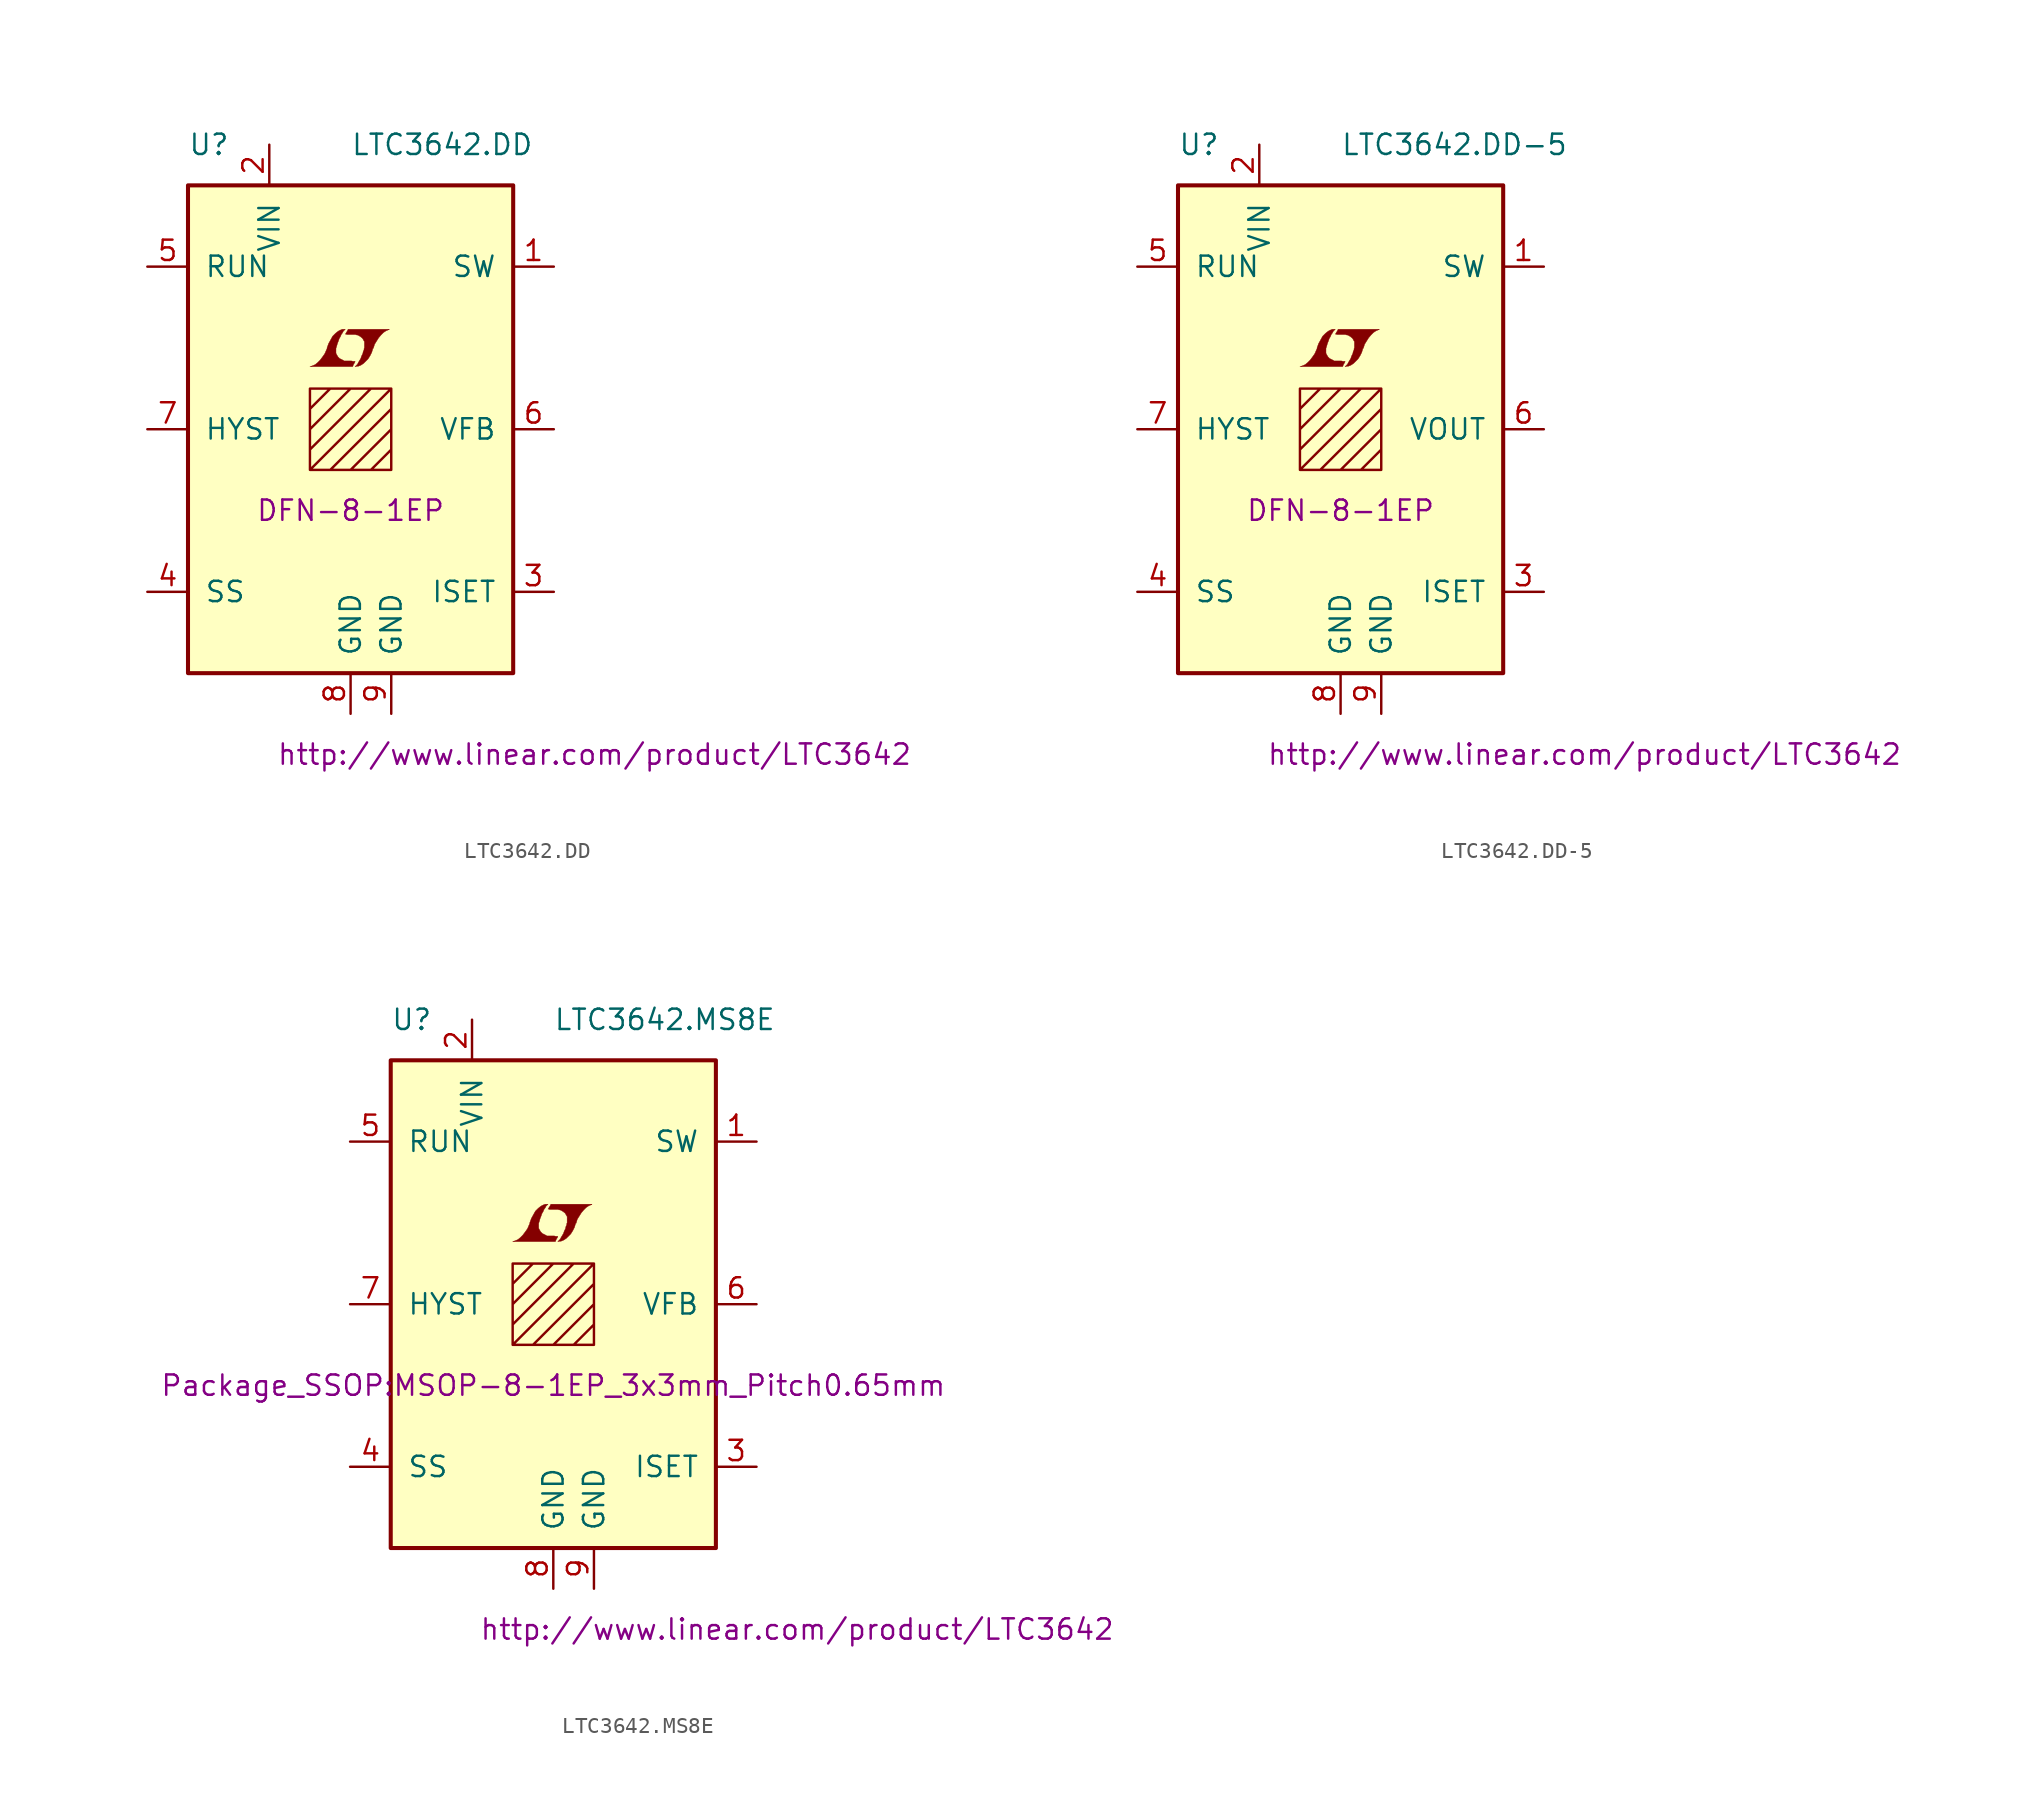
<source format=kicad_sym>
(kicad_symbol_lib
  (version 20201005)
  (generator kicad_symbol_editor)
  (symbol "LTC3642.DD"
    (pin_names
      (offset 1.016))
    (property "Reference" "U"
      (at -10.16 17.78 0)
      (effects (font (size 1.27 1.27)) (justify left)))
    (property "Value" "LTC3642.DD"
      (at 0 17.78 0)
      (effects (font (size 1.27 1.27)) (justify left)))
    (property "Footprint" "DFN-8-1EP"
      (at 0 -5.08 0)
      (effects (font (size 1.27 1.27))))
    (property "Datasheet" "http://www.linear.com/product/LTC3642"
      (at 15.24 -20.32 0)
      (effects (font (size 1.27 1.27))))
    (symbol "LTC3642.DD_0_0"
      (polyline (pts (xy 0.203 4.089) (xy 0.229 4.115) (xy 0.279 4.216) (xy 0.279 4.242) (xy 0.152 4.242) (xy 0.051 4.267) (xy -0.406 4.267) (xy -0.432 4.293) (xy -0.686 4.42) (xy -0.787 4.521) (xy -0.864 4.648) (xy -0.914 4.75) (xy -0.914 5.055) (xy -0.864 5.207) (xy -0.838 5.309) (xy -0.813 5.385) (xy -0.762 5.512) (xy -0.711 5.664) (xy -0.635 5.791) (xy -0.584 5.918) (xy -0.508 6.02) (xy -0.457 6.121) (xy -0.33 6.248) (xy -0.508 6.248) (xy -0.635 6.198) (xy -0.737 6.147) (xy -0.813 6.096) (xy -0.94 5.994) (xy -1.118 5.817) (xy -1.372 5.359) (xy -1.473 5.08) (xy -1.473 5.029) (xy -1.524 4.928) (xy -1.575 4.801) (xy -1.626 4.699) (xy -1.753 4.521) (xy -1.905 4.318) (xy -2.057 4.166) (xy -2.21 4.039) (xy -2.388 3.962) (xy -2.54 3.912) (xy 0.127 3.912) (xy 0.203 4.089)) (stroke (width 0.025)) (fill (type outline)))
      (polyline (pts (xy 0.406 3.937) (xy 0.483 3.937) (xy 0.66 4.013) (xy 0.813 4.115) (xy 1.092 4.394) (xy 1.219 4.597) (xy 1.321 4.801) (xy 1.397 5.055) (xy 1.422 5.055) (xy 1.499 5.309) (xy 1.753 5.715) (xy 1.905 5.893) (xy 2.057 6.045) (xy 2.21 6.147) (xy 2.388 6.223) (xy 2.413 6.223) (xy 2.413 6.248) (xy -0.152 6.248) (xy -0.229 6.096) (xy -0.254 6.071) (xy -0.305 5.969) (xy -0.33 5.944) (xy -0.279 5.944) (xy -0.229 5.918) (xy 0.305 5.918) (xy 0.356 5.893) (xy 0.406 5.893) (xy 0.483 5.867) (xy 0.61 5.791) (xy 0.737 5.69) (xy 0.813 5.563) (xy 0.838 5.512) (xy 0.864 5.486) (xy 0.864 5.08) (xy 0.838 5.029) (xy 0.838 4.953) (xy 0.787 4.851) (xy 0.762 4.724) (xy 0.686 4.572) (xy 0.635 4.42) (xy 0.483 4.166) (xy 0.432 4.064) (xy 0.279 3.912) (xy 0.406 3.937)) (stroke (width 0.025)) (fill (type outline))))
    (symbol "LTC3642.DD_0_1"
      (rectangle (start -10.16 15.24) (end 10.16 -15.24) (stroke (width 0.254)) (fill (type background)))
      (polyline (pts (xy -2.54 1.27) (xy -1.27 2.54) (xy 0 2.54) (xy -2.54 0) (xy -2.54 -1.27) (xy 1.27 2.54) (xy 2.54 2.54) (xy -2.54 -2.54) (xy -1.27 -2.54) (xy 2.54 1.27) (xy 2.54 0) (xy 0 -2.54) (xy 1.27 -2.54) (xy 2.54 -1.27) (xy 2.54 -2.54) (xy -2.54 -2.54) (xy -2.54 2.54) (xy 2.54 2.54) (xy 2.54 -2.54)) (stroke (width 0)) (fill (type none))))
    (symbol "LTC3642.DD_1_1"
      (pin passive line (at 12.7 10.16 180) (length 2.54) (name "SW" (effects (font (size 1.27 1.27)))) (number "1" (effects (font (size 1.27 1.27)))))
      (pin power_in line (at -5.08 17.78 270) (length 2.54) (name "VIN" (effects (font (size 1.27 1.27)))) (number "2" (effects (font (size 1.27 1.27)))))
      (pin passive line (at 12.7 -10.16 180) (length 2.54) (name "ISET" (effects (font (size 1.27 1.27)))) (number "3" (effects (font (size 1.27 1.27)))))
      (pin passive line (at -12.7 -10.16 0) (length 2.54) (name "SS" (effects (font (size 1.27 1.27)))) (number "4" (effects (font (size 1.27 1.27)))))
      (pin input line (at -12.7 10.16 0) (length 2.54) (name "RUN" (effects (font (size 1.27 1.27)))) (number "5" (effects (font (size 1.27 1.27)))))
      (pin passive line (at 12.7 0 180) (length 2.54) (name "VFB" (effects (font (size 1.27 1.27)))) (number "6" (effects (font (size 1.27 1.27)))))
      (pin input line (at -12.7 0 0) (length 2.54) (name "HYST" (effects (font (size 1.27 1.27)))) (number "7" (effects (font (size 1.27 1.27)))))
      (pin power_in line (at 0 -17.78 90) (length 2.54) (name "GND" (effects (font (size 1.27 1.27)))) (number "8" (effects (font (size 1.27 1.27)))))
      (pin power_in line (at 2.54 -17.78 90) (length 2.54) (name "GND" (effects (font (size 1.27 1.27)))) (number "9" (effects (font (size 1.27 1.27)))))))
  (symbol "LTC3642.DD-5"
    (pin_names
      (offset 1.016))
    (property "Reference" "U"
      (at -10.16 17.78 0)
      (effects (font (size 1.27 1.27)) (justify left)))
    (property "Value" "LTC3642.DD-5"
      (at 0 17.78 0)
      (effects (font (size 1.27 1.27)) (justify left)))
    (property "Footprint" "DFN-8-1EP"
      (at 0 -5.08 0)
      (effects (font (size 1.27 1.27))))
    (property "Datasheet" "http://www.linear.com/product/LTC3642"
      (at 15.24 -20.32 0)
      (effects (font (size 1.27 1.27))))
    (symbol "LTC3642.DD-5_0_0"
      (polyline (pts (xy 0.203 4.089) (xy 0.229 4.115) (xy 0.279 4.216) (xy 0.279 4.242) (xy 0.152 4.242) (xy 0.051 4.267) (xy -0.406 4.267) (xy -0.432 4.293) (xy -0.686 4.42) (xy -0.787 4.521) (xy -0.864 4.648) (xy -0.914 4.75) (xy -0.914 5.055) (xy -0.864 5.207) (xy -0.838 5.309) (xy -0.813 5.385) (xy -0.762 5.512) (xy -0.711 5.664) (xy -0.635 5.791) (xy -0.584 5.918) (xy -0.508 6.02) (xy -0.457 6.121) (xy -0.33 6.248) (xy -0.508 6.248) (xy -0.635 6.198) (xy -0.737 6.147) (xy -0.813 6.096) (xy -0.94 5.994) (xy -1.118 5.817) (xy -1.372 5.359) (xy -1.473 5.08) (xy -1.473 5.029) (xy -1.524 4.928) (xy -1.575 4.801) (xy -1.626 4.699) (xy -1.753 4.521) (xy -1.905 4.318) (xy -2.057 4.166) (xy -2.21 4.039) (xy -2.388 3.962) (xy -2.54 3.912) (xy 0.127 3.912) (xy 0.203 4.089)) (stroke (width 0.025)) (fill (type outline)))
      (polyline (pts (xy 0.406 3.937) (xy 0.483 3.937) (xy 0.66 4.013) (xy 0.813 4.115) (xy 1.092 4.394) (xy 1.219 4.597) (xy 1.321 4.801) (xy 1.397 5.055) (xy 1.422 5.055) (xy 1.499 5.309) (xy 1.753 5.715) (xy 1.905 5.893) (xy 2.057 6.045) (xy 2.21 6.147) (xy 2.388 6.223) (xy 2.413 6.223) (xy 2.413 6.248) (xy -0.152 6.248) (xy -0.229 6.096) (xy -0.254 6.071) (xy -0.305 5.969) (xy -0.33 5.944) (xy -0.279 5.944) (xy -0.229 5.918) (xy 0.305 5.918) (xy 0.356 5.893) (xy 0.406 5.893) (xy 0.483 5.867) (xy 0.61 5.791) (xy 0.737 5.69) (xy 0.813 5.563) (xy 0.838 5.512) (xy 0.864 5.486) (xy 0.864 5.08) (xy 0.838 5.029) (xy 0.838 4.953) (xy 0.787 4.851) (xy 0.762 4.724) (xy 0.686 4.572) (xy 0.635 4.42) (xy 0.483 4.166) (xy 0.432 4.064) (xy 0.279 3.912) (xy 0.406 3.937)) (stroke (width 0.025)) (fill (type outline))))
    (symbol "LTC3642.DD-5_0_1"
      (rectangle (start -10.16 15.24) (end 10.16 -15.24) (stroke (width 0.254)) (fill (type background)))
      (polyline (pts (xy -2.54 1.27) (xy -1.27 2.54) (xy 0 2.54) (xy -2.54 0) (xy -2.54 -1.27) (xy 1.27 2.54) (xy 2.54 2.54) (xy -2.54 -2.54) (xy -1.27 -2.54) (xy 2.54 1.27) (xy 2.54 0) (xy 0 -2.54) (xy 1.27 -2.54) (xy 2.54 -1.27) (xy 2.54 -2.54) (xy -2.54 -2.54) (xy -2.54 2.54) (xy 2.54 2.54) (xy 2.54 -2.54)) (stroke (width 0)) (fill (type none))))
    (symbol "LTC3642.DD-5_1_1"
      (pin passive line (at 12.7 10.16 180) (length 2.54) (name "SW" (effects (font (size 1.27 1.27)))) (number "1" (effects (font (size 1.27 1.27)))))
      (pin power_in line (at -5.08 17.78 270) (length 2.54) (name "VIN" (effects (font (size 1.27 1.27)))) (number "2" (effects (font (size 1.27 1.27)))))
      (pin passive line (at 12.7 -10.16 180) (length 2.54) (name "ISET" (effects (font (size 1.27 1.27)))) (number "3" (effects (font (size 1.27 1.27)))))
      (pin passive line (at -12.7 -10.16 0) (length 2.54) (name "SS" (effects (font (size 1.27 1.27)))) (number "4" (effects (font (size 1.27 1.27)))))
      (pin input line (at -12.7 10.16 0) (length 2.54) (name "RUN" (effects (font (size 1.27 1.27)))) (number "5" (effects (font (size 1.27 1.27)))))
      (pin passive line (at 12.7 0 180) (length 2.54) (name "VOUT" (effects (font (size 1.27 1.27)))) (number "6" (effects (font (size 1.27 1.27)))))
      (pin input line (at -12.7 0 0) (length 2.54) (name "HYST" (effects (font (size 1.27 1.27)))) (number "7" (effects (font (size 1.27 1.27)))))
      (pin power_in line (at 0 -17.78 90) (length 2.54) (name "GND" (effects (font (size 1.27 1.27)))) (number "8" (effects (font (size 1.27 1.27)))))
      (pin power_in line (at 2.54 -17.78 90) (length 2.54) (name "GND" (effects (font (size 1.27 1.27)))) (number "9" (effects (font (size 1.27 1.27)))))))
  (symbol "LTC3642.MS8E"
    (pin_names
      (offset 1.016))
    (property "Reference" "U"
      (at -10.16 17.78 0)
      (effects (font (size 1.27 1.27)) (justify left)))
    (property "Value" "LTC3642.MS8E"
      (at 0 17.78 0)
      (effects (font (size 1.27 1.27)) (justify left)))
    (property "Footprint" "Package_SSOP:MSOP-8-1EP_3x3mm_Pitch0.65mm"
      (at 0 -5.08 0)
      (effects (font (size 1.27 1.27))))
    (property "Datasheet" "http://www.linear.com/product/LTC3642"
      (at 15.24 -20.32 0)
      (effects (font (size 1.27 1.27))))
    (symbol "LTC3642.MS8E_0_0"
      (polyline (pts (xy 0.203 4.089) (xy 0.229 4.115) (xy 0.279 4.216) (xy 0.279 4.242) (xy 0.152 4.242) (xy 0.051 4.267) (xy -0.406 4.267) (xy -0.432 4.293) (xy -0.686 4.42) (xy -0.787 4.521) (xy -0.864 4.648) (xy -0.914 4.75) (xy -0.914 5.055) (xy -0.864 5.207) (xy -0.838 5.309) (xy -0.813 5.385) (xy -0.762 5.512) (xy -0.711 5.664) (xy -0.635 5.791) (xy -0.584 5.918) (xy -0.508 6.02) (xy -0.457 6.121) (xy -0.33 6.248) (xy -0.508 6.248) (xy -0.635 6.198) (xy -0.737 6.147) (xy -0.813 6.096) (xy -0.94 5.994) (xy -1.118 5.817) (xy -1.372 5.359) (xy -1.473 5.08) (xy -1.473 5.029) (xy -1.524 4.928) (xy -1.575 4.801) (xy -1.626 4.699) (xy -1.753 4.521) (xy -1.905 4.318) (xy -2.057 4.166) (xy -2.21 4.039) (xy -2.388 3.962) (xy -2.54 3.912) (xy 0.127 3.912) (xy 0.203 4.089)) (stroke (width 0.025)) (fill (type outline)))
      (polyline (pts (xy 0.406 3.937) (xy 0.483 3.937) (xy 0.66 4.013) (xy 0.813 4.115) (xy 1.092 4.394) (xy 1.219 4.597) (xy 1.321 4.801) (xy 1.397 5.055) (xy 1.422 5.055) (xy 1.499 5.309) (xy 1.753 5.715) (xy 1.905 5.893) (xy 2.057 6.045) (xy 2.21 6.147) (xy 2.388 6.223) (xy 2.413 6.223) (xy 2.413 6.248) (xy -0.152 6.248) (xy -0.229 6.096) (xy -0.254 6.071) (xy -0.305 5.969) (xy -0.33 5.944) (xy -0.279 5.944) (xy -0.229 5.918) (xy 0.305 5.918) (xy 0.356 5.893) (xy 0.406 5.893) (xy 0.483 5.867) (xy 0.61 5.791) (xy 0.737 5.69) (xy 0.813 5.563) (xy 0.838 5.512) (xy 0.864 5.486) (xy 0.864 5.08) (xy 0.838 5.029) (xy 0.838 4.953) (xy 0.787 4.851) (xy 0.762 4.724) (xy 0.686 4.572) (xy 0.635 4.42) (xy 0.483 4.166) (xy 0.432 4.064) (xy 0.279 3.912) (xy 0.406 3.937)) (stroke (width 0.025)) (fill (type outline))))
    (symbol "LTC3642.MS8E_0_1"
      (rectangle (start -10.16 15.24) (end 10.16 -15.24) (stroke (width 0.254)) (fill (type background)))
      (polyline (pts (xy -2.54 1.27) (xy -1.27 2.54) (xy 0 2.54) (xy -2.54 0) (xy -2.54 -1.27) (xy 1.27 2.54) (xy 2.54 2.54) (xy -2.54 -2.54) (xy -1.27 -2.54) (xy 2.54 1.27) (xy 2.54 0) (xy 0 -2.54) (xy 1.27 -2.54) (xy 2.54 -1.27) (xy 2.54 -2.54) (xy -2.54 -2.54) (xy -2.54 2.54) (xy 2.54 2.54) (xy 2.54 -2.54)) (stroke (width 0)) (fill (type none))))
    (symbol "LTC3642.MS8E_1_1"
      (pin passive line (at 12.7 10.16 180) (length 2.54) (name "SW" (effects (font (size 1.27 1.27)))) (number "1" (effects (font (size 1.27 1.27)))))
      (pin power_in line (at -5.08 17.78 270) (length 2.54) (name "VIN" (effects (font (size 1.27 1.27)))) (number "2" (effects (font (size 1.27 1.27)))))
      (pin passive line (at 12.7 -10.16 180) (length 2.54) (name "ISET" (effects (font (size 1.27 1.27)))) (number "3" (effects (font (size 1.27 1.27)))))
      (pin passive line (at -12.7 -10.16 0) (length 2.54) (name "SS" (effects (font (size 1.27 1.27)))) (number "4" (effects (font (size 1.27 1.27)))))
      (pin input line (at -12.7 10.16 0) (length 2.54) (name "RUN" (effects (font (size 1.27 1.27)))) (number "5" (effects (font (size 1.27 1.27)))))
      (pin passive line (at 12.7 0 180) (length 2.54) (name "VFB" (effects (font (size 1.27 1.27)))) (number "6" (effects (font (size 1.27 1.27)))))
      (pin input line (at -12.7 0 0) (length 2.54) (name "HYST" (effects (font (size 1.27 1.27)))) (number "7" (effects (font (size 1.27 1.27)))))
      (pin power_in line (at 0 -17.78 90) (length 2.54) (name "GND" (effects (font (size 1.27 1.27)))) (number "8" (effects (font (size 1.27 1.27)))))
      (pin power_in line (at 2.54 -17.78 90) (length 2.54) (name "GND" (effects (font (size 1.27 1.27)))) (number "9" (effects (font (size 1.27 1.27))))))))
</source>
